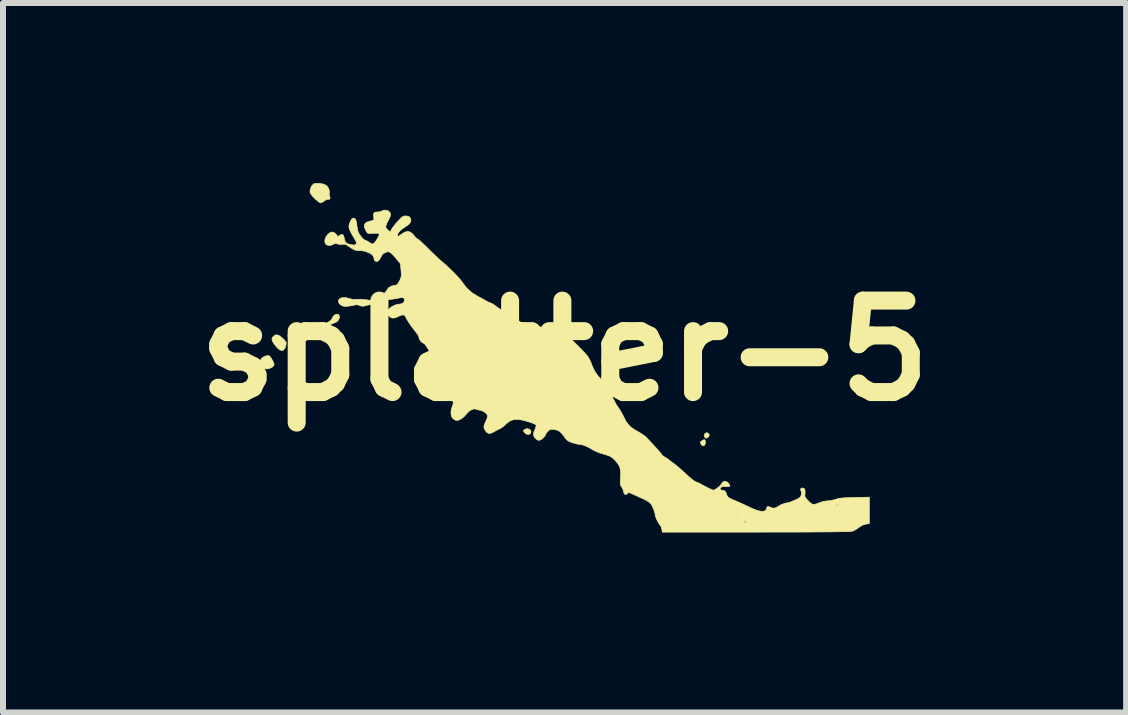
<source format=kicad_pcb>
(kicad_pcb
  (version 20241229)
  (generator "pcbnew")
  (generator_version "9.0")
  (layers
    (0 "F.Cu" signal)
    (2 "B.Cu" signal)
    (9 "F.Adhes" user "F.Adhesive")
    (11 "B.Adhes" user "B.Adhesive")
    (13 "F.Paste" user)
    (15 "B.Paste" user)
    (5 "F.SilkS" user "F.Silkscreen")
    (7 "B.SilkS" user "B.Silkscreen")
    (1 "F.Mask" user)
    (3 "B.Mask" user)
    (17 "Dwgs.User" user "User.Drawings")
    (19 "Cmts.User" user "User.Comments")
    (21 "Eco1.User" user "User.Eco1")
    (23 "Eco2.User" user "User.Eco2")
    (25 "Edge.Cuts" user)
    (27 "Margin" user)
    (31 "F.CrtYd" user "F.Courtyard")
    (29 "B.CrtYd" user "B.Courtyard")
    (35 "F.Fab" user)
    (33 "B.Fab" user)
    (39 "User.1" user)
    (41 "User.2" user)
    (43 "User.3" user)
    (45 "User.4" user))
  (footprint "splatter-5"
    (layer "F.Cu")
    (at 6.357 2.794)
    (property "Reference" "splatter-5" (at 0 0 0) (layer "F.SilkS") (effects (font (size 1.524 1.524) (thickness 0.3))))
    (attr through_hole)
    (fp_poly (pts (xy 2.388 1.372) (xy 2.41 1.394) (xy 2.408 1.421) (xy 2.393 1.441) (xy 2.37 1.458) (xy 2.351 1.455) (xy 2.339 1.445) (xy 2.325 1.418) (xy 2.336 1.388) (xy 2.344 1.379) (xy 2.367 1.366) (xy 2.388 1.372)) (stroke (width 0.01) (type solid)) (fill yes) (layer "F.SilkS"))
    (fp_poly (pts (xy 2.337 1.484) (xy 2.346 1.506) (xy 2.347 1.515) (xy 2.345 1.554) (xy 2.33 1.578) (xy 2.308 1.585) (xy 2.284 1.572) (xy 2.273 1.555) (xy 2.263 1.531) (xy 2.27 1.515) (xy 2.287 1.501) (xy 2.318 1.483) (xy 2.337 1.484)) (stroke (width 0.01) (type solid)) (fill yes) (layer "F.SilkS"))
    (fp_poly (pts (xy -0.583 1.309) (xy -0.562 1.333) (xy -0.559 1.351) (xy -0.568 1.381) (xy -0.593 1.395) (xy -0.625 1.394) (xy -0.658 1.374) (xy -0.66 1.372) (xy -0.682 1.344) (xy -0.681 1.324) (xy -0.656 1.307) (xy -0.654 1.306) (xy -0.616 1.299) (xy -0.583 1.309)) (stroke (width 0.01) (type solid)) (fill yes) (layer "F.SilkS"))
    (fp_poly (pts (xy -4.742 -0.244) (xy -4.697 -0.207) (xy -4.663 -0.173) (xy -4.645 -0.15) (xy -4.638 -0.129) (xy -4.64 -0.105) (xy -4.64 -0.104) (xy -4.656 -0.046) (xy -4.681 -0.012) (xy -4.713 -0.002) (xy -4.751 -0.017) (xy -4.794 -0.056) (xy -4.798 -0.06) (xy -4.841 -0.116) (xy -4.867 -0.158) (xy -4.876 -0.191) (xy -4.87 -0.218) (xy -4.851 -0.241) (xy -4.819 -0.263) (xy -4.784 -0.264) (xy -4.742 -0.244)) (stroke (width 0.01) (type solid)) (fill yes) (layer "F.SilkS"))
    (fp_poly (pts (xy -4.926 0.083) (xy -4.907 0.098) (xy -4.885 0.129) (xy -4.863 0.167) (xy -4.846 0.205) (xy -4.839 0.234) (xy -4.839 0.235) (xy -4.85 0.256) (xy -4.878 0.278) (xy -4.916 0.295) (xy -4.954 0.304) (xy -4.963 0.305) (xy -5.007 0.294) (xy -5.036 0.271) (xy -5.059 0.232) (xy -5.068 0.188) (xy -5.061 0.147) (xy -5.045 0.124) (xy -5.008 0.099) (xy -4.967 0.084) (xy -4.931 0.082) (xy -4.926 0.083)) (stroke (width 0.01) (type solid)) (fill yes) (layer "F.SilkS"))
    (fp_poly (pts (xy -4.099 -2.789) (xy -4.048 -2.783) (xy -4 -2.771) (xy -3.994 -2.768) (xy -3.957 -2.743) (xy -3.93 -2.702) (xy -3.918 -2.655) (xy -3.919 -2.633) (xy -3.92 -2.596) (xy -3.911 -2.565) (xy -3.906 -2.538) (xy -3.919 -2.522) (xy -3.945 -2.523) (xy -3.965 -2.52) (xy -3.993 -2.503) (xy -4.001 -2.497) (xy -4.032 -2.476) (xy -4.06 -2.464) (xy -4.065 -2.464) (xy -4.085 -2.472) (xy -4.116 -2.495) (xy -4.153 -2.528) (xy -4.166 -2.54) (xy -4.206 -2.582) (xy -4.229 -2.614) (xy -4.24 -2.639) (xy -4.242 -2.655) (xy -4.233 -2.704) (xy -4.211 -2.749) (xy -4.18 -2.78) (xy -4.176 -2.782) (xy -4.145 -2.789) (xy -4.099 -2.789)) (stroke (width 0.01) (type solid)) (fill yes) (layer "F.SilkS"))
    (fp_poly (pts (xy -3.769 -0.604) (xy -3.752 -0.58) (xy -3.752 -0.578) (xy -3.753 -0.541) (xy -3.771 -0.505) (xy -3.798 -0.479) (xy -3.808 -0.475) (xy -3.832 -0.466) (xy -3.868 -0.45) (xy -3.88 -0.445) (xy -3.923 -0.427) (xy -3.975 -0.408) (xy -3.998 -0.4) (xy -4.06 -0.372) (xy -4.118 -0.325) (xy -4.128 -0.316) (xy -4.16 -0.285) (xy -4.186 -0.263) (xy -4.2 -0.254) (xy -4.2 -0.254) (xy -4.218 -0.261) (xy -4.238 -0.273) (xy -4.262 -0.301) (xy -4.275 -0.339) (xy -4.276 -0.377) (xy -4.263 -0.403) (xy -4.248 -0.414) (xy -4.227 -0.416) (xy -4.193 -0.409) (xy -4.186 -0.407) (xy -4.154 -0.399) (xy -4.125 -0.398) (xy -4.094 -0.404) (xy -4.054 -0.419) (xy -4.001 -0.444) (xy -3.966 -0.461) (xy -3.916 -0.49) (xy -3.887 -0.515) (xy -3.874 -0.538) (xy -3.853 -0.575) (xy -3.825 -0.6) (xy -3.795 -0.61) (xy -3.769 -0.604)) (stroke (width 0.01) (type solid)) (fill yes) (layer "F.SilkS"))
    (fp_poly (pts (xy -2.934 -2.327) (xy -2.93 -2.324) (xy -2.907 -2.301) (xy -2.898 -2.276) (xy -2.903 -2.243) (xy -2.923 -2.197) (xy -2.941 -2.163) (xy -2.964 -2.117) (xy -2.977 -2.08) (xy -2.979 -2.059) (xy -2.966 -2.037) (xy -2.946 -2.013) (xy -2.923 -1.994) (xy -2.906 -1.985) (xy -2.9 -1.988) (xy -2.879 -2.029) (xy -2.842 -2.081) (xy -2.794 -2.139) (xy -2.763 -2.172) (xy -2.726 -2.21) (xy -2.699 -2.232) (xy -2.678 -2.243) (xy -2.655 -2.246) (xy -2.637 -2.245) (xy -2.599 -2.239) (xy -2.578 -2.224) (xy -2.569 -2.208) (xy -2.559 -2.17) (xy -2.57 -2.135) (xy -2.602 -2.1) (xy -2.653 -2.065) (xy -2.718 -2.02) (xy -2.76 -1.978) (xy -2.78 -1.94) (xy -2.781 -1.929) (xy -2.779 -1.911) (xy -2.77 -1.907) (xy -2.749 -1.919) (xy -2.725 -1.937) (xy -2.667 -1.974) (xy -2.616 -1.988) (xy -2.572 -1.978) (xy -2.53 -1.946) (xy -2.508 -1.919) (xy -2.481 -1.887) (xy -2.455 -1.865) (xy -2.445 -1.859) (xy -2.427 -1.847) (xy -2.396 -1.821) (xy -2.355 -1.782) (xy -2.307 -1.736) (xy -2.28 -1.709) (xy -2.223 -1.652) (xy -2.163 -1.595) (xy -2.108 -1.542) (xy -2.062 -1.501) (xy -2.051 -1.492) (xy -1.972 -1.423) (xy -1.896 -1.352) (xy -1.826 -1.283) (xy -1.766 -1.218) (xy -1.719 -1.163) (xy -1.695 -1.129) (xy -1.623 -1.036) (xy -1.53 -0.957) (xy -1.442 -0.905) (xy -1.394 -0.88) (xy -1.35 -0.856) (xy -1.319 -0.837) (xy -1.317 -0.835) (xy -1.278 -0.814) (xy -1.24 -0.799) (xy -1.205 -0.784) (xy -1.165 -0.758) (xy -1.149 -0.745) (xy -1.112 -0.718) (xy -1.063 -0.686) (xy -1.012 -0.656) (xy -1.01 -0.655) (xy -0.955 -0.623) (xy -0.893 -0.583) (xy -0.836 -0.543) (xy -0.83 -0.539) (xy -0.773 -0.498) (xy -0.73 -0.476) (xy -0.702 -0.47) (xy -0.67 -0.466) (xy -0.625 -0.455) (xy -0.589 -0.444) (xy -0.536 -0.428) (xy -0.473 -0.411) (xy -0.421 -0.4) (xy -0.343 -0.383) (xy -0.26 -0.362) (xy -0.179 -0.339) (xy -0.104 -0.316) (xy -0.041 -0.294) (xy 0.003 -0.275) (xy 0.01 -0.271) (xy 0.041 -0.249) (xy 0.085 -0.212) (xy 0.137 -0.165) (xy 0.194 -0.111) (xy 0.251 -0.054) (xy 0.304 0.001) (xy 0.35 0.051) (xy 0.384 0.091) (xy 0.396 0.109) (xy 0.417 0.146) (xy 0.44 0.197) (xy 0.461 0.251) (xy 0.461 0.251) (xy 0.505 0.345) (xy 0.551 0.41) (xy 0.591 0.457) (xy 0.635 0.508) (xy 0.662 0.54) (xy 0.688 0.576) (xy 0.721 0.629) (xy 0.756 0.691) (xy 0.789 0.755) (xy 0.789 0.757) (xy 0.82 0.817) (xy 0.849 0.873) (xy 0.875 0.917) (xy 0.894 0.945) (xy 0.896 0.947) (xy 0.916 0.975) (xy 0.942 1.018) (xy 0.97 1.071) (xy 0.985 1.1) (xy 1.023 1.173) (xy 1.063 1.229) (xy 1.109 1.275) (xy 1.169 1.317) (xy 1.232 1.353) (xy 1.282 1.382) (xy 1.329 1.415) (xy 1.363 1.444) (xy 1.367 1.448) (xy 1.392 1.475) (xy 1.429 1.515) (xy 1.473 1.562) (xy 1.517 1.61) (xy 1.558 1.655) (xy 1.592 1.694) (xy 1.616 1.723) (xy 1.625 1.737) (xy 1.626 1.738) (xy 1.636 1.749) (xy 1.661 1.767) (xy 1.676 1.776) (xy 1.711 1.797) (xy 1.737 1.815) (xy 1.743 1.82) (xy 1.761 1.835) (xy 1.793 1.86) (xy 1.829 1.886) (xy 1.866 1.915) (xy 1.915 1.956) (xy 1.968 2.004) (xy 2.019 2.051) (xy 2.069 2.096) (xy 2.116 2.136) (xy 2.156 2.166) (xy 2.183 2.182) (xy 2.184 2.183) (xy 2.222 2.198) (xy 2.252 2.212) (xy 2.254 2.213) (xy 2.343 2.261) (xy 2.41 2.295) (xy 2.456 2.316) (xy 2.479 2.324) (xy 2.48 2.324) (xy 2.506 2.315) (xy 2.54 2.293) (xy 2.576 2.264) (xy 2.605 2.233) (xy 2.618 2.214) (xy 2.644 2.182) (xy 2.677 2.174) (xy 2.712 2.189) (xy 2.726 2.202) (xy 2.752 2.235) (xy 2.756 2.256) (xy 2.737 2.266) (xy 2.695 2.265) (xy 2.693 2.265) (xy 2.64 2.263) (xy 2.61 2.273) (xy 2.592 2.297) (xy 2.597 2.316) (xy 2.624 2.324) (xy 2.627 2.324) (xy 2.663 2.331) (xy 2.686 2.355) (xy 2.699 2.39) (xy 2.712 2.422) (xy 2.736 2.448) (xy 2.777 2.471) (xy 2.819 2.489) (xy 2.861 2.506) (xy 2.907 2.526) (xy 2.962 2.551) (xy 3.031 2.583) (xy 3.118 2.624) (xy 3.125 2.627) (xy 3.2 2.658) (xy 3.263 2.674) (xy 3.314 2.676) (xy 3.348 2.664) (xy 3.364 2.638) (xy 3.365 2.627) (xy 3.374 2.602) (xy 3.397 2.596) (xy 3.431 2.608) (xy 3.434 2.61) (xy 3.476 2.625) (xy 3.523 2.616) (xy 3.578 2.583) (xy 3.592 2.575) (xy 4.524 2.575) (xy 4.528 2.578) (xy 4.548 2.571) (xy 4.559 2.565) (xy 4.569 2.555) (xy 4.566 2.553) (xy 4.545 2.559) (xy 4.534 2.565) (xy 4.524 2.575) (xy 3.592 2.575) (xy 3.615 2.563) (xy 3.664 2.545) (xy 3.692 2.538) (xy 3.734 2.53) (xy 3.766 2.521) (xy 3.778 2.516) (xy 3.797 2.506) (xy 3.83 2.492) (xy 3.851 2.484) (xy 3.891 2.466) (xy 3.922 2.444) (xy 3.931 2.435) (xy 3.944 2.404) (xy 3.949 2.369) (xy 3.945 2.341) (xy 3.938 2.331) (xy 3.93 2.315) (xy 3.939 2.297) (xy 3.958 2.286) (xy 3.962 2.286) (xy 3.993 2.296) (xy 4.008 2.326) (xy 4.008 2.376) (xy 4.008 2.38) (xy 4.004 2.411) (xy 4.007 2.433) (xy 4.019 2.455) (xy 4.045 2.484) (xy 4.062 2.502) (xy 4.097 2.536) (xy 4.126 2.555) (xy 4.156 2.561) (xy 4.194 2.553) (xy 4.246 2.534) (xy 4.265 2.526) (xy 4.312 2.511) (xy 4.367 2.503) (xy 4.386 2.502) (xy 4.437 2.497) (xy 4.494 2.484) (xy 4.519 2.476) (xy 4.547 2.467) (xy 4.578 2.46) (xy 4.616 2.455) (xy 4.667 2.451) (xy 4.733 2.448) (xy 4.82 2.445) (xy 4.833 2.445) (xy 5.08 2.44) (xy 5.08 2.881) (xy 5.02 2.89) (xy 4.963 2.907) (xy 4.908 2.942) (xy 4.902 2.947) (xy 4.861 2.976) (xy 4.817 3) (xy 4.794 3.008) (xy 4.777 3.011) (xy 4.741 3.013) (xy 4.686 3.015) (xy 4.613 3.016) (xy 4.519 3.018) (xy 4.404 3.019) (xy 4.268 3.02) (xy 4.11 3.021) (xy 3.93 3.022) (xy 3.726 3.022) (xy 3.498 3.022) (xy 3.246 3.023) (xy 3.186 3.023) (xy 1.629 3.023) (xy 1.621 2.973) (xy 1.611 2.937) (xy 1.595 2.91) (xy 1.592 2.907) (xy 1.576 2.886) (xy 1.556 2.851) (xy 1.55 2.84) (xy 2.99 2.84) (xy 2.997 2.851) (xy 3.016 2.867) (xy 3.026 2.87) (xy 3.029 2.864) (xy 3.289 2.864) (xy 3.296 2.87) (xy 3.302 2.864) (xy 3.296 2.857) (xy 3.289 2.864) (xy 3.029 2.864) (xy 3.03 2.863) (xy 3.023 2.851) (xy 3.003 2.835) (xy 2.994 2.832) (xy 2.99 2.84) (xy 1.55 2.84) (xy 1.535 2.81) (xy 1.52 2.774) (xy 2.874 2.774) (xy 2.883 2.781) (xy 2.903 2.793) (xy 2.906 2.788) (xy 2.902 2.781) (xy 2.883 2.769) (xy 2.879 2.769) (xy 2.874 2.774) (xy 1.52 2.774) (xy 1.519 2.771) (xy 1.513 2.75) (xy 4.356 2.75) (xy 4.362 2.756) (xy 4.369 2.75) (xy 4.362 2.743) (xy 4.356 2.75) (xy 1.513 2.75) (xy 1.511 2.744) (xy 1.511 2.742) (xy 1.505 2.705) (xy 1.495 2.673) (xy 3.061 2.673) (xy 3.067 2.68) (xy 3.073 2.673) (xy 3.067 2.667) (xy 3.061 2.673) (xy 1.495 2.673) (xy 1.49 2.657) (xy 1.47 2.607) (xy 1.448 2.566) (xy 1.438 2.55) (xy 1.408 2.524) (xy 1.365 2.496) (xy 1.321 2.473) (xy 1.263 2.447) (xy 1.2 2.418) (xy 1.158 2.399) (xy 1.11 2.378) (xy 1.08 2.366) (xy 1.062 2.365) (xy 1.051 2.372) (xy 1.043 2.384) (xy 1.025 2.398) (xy 1.005 2.392) (xy 0.989 2.371) (xy 0.983 2.346) (xy 0.975 2.315) (xy 0.956 2.279) (xy 0.953 2.273) (xy 0.939 2.252) (xy 0.931 2.231) (xy 0.928 2.203) (xy 0.929 2.162) (xy 0.932 2.116) (xy 0.935 2.039) (xy 0.93 1.979) (xy 0.916 1.93) (xy 0.891 1.886) (xy 0.855 1.842) (xy 0.821 1.806) (xy 0.792 1.78) (xy 0.761 1.76) (xy 0.722 1.745) (xy 0.668 1.728) (xy 0.637 1.719) (xy 0.579 1.701) (xy 0.523 1.678) (xy 0.478 1.656) (xy 0.472 1.652) (xy 0.393 1.607) (xy 0.323 1.576) (xy 0.265 1.562) (xy 0.254 1.562) (xy 0.218 1.557) (xy 0.171 1.545) (xy 0.127 1.532) (xy 0.08 1.514) (xy 0.048 1.495) (xy 0.021 1.468) (xy -0.006 1.432) (xy -0.046 1.38) (xy -0.08 1.346) (xy -0.116 1.326) (xy -0.159 1.315) (xy -0.177 1.312) (xy -0.217 1.309) (xy -0.242 1.314) (xy -0.264 1.33) (xy -0.279 1.346) (xy -0.303 1.374) (xy -0.316 1.397) (xy -0.318 1.402) (xy -0.327 1.423) (xy -0.351 1.449) (xy -0.382 1.474) (xy -0.412 1.49) (xy -0.416 1.492) (xy -0.441 1.492) (xy -0.468 1.476) (xy -0.483 1.462) (xy -0.509 1.43) (xy -0.519 1.397) (xy -0.512 1.357) (xy -0.494 1.313) (xy -0.48 1.276) (xy -0.474 1.247) (xy -0.474 1.238) (xy -0.489 1.227) (xy -0.523 1.211) (xy -0.571 1.194) (xy -0.625 1.177) (xy -0.681 1.162) (xy -0.733 1.151) (xy -0.77 1.146) (xy -0.844 1.147) (xy -0.906 1.168) (xy -0.963 1.21) (xy -0.979 1.226) (xy -1.016 1.259) (xy -1.052 1.286) (xy -1.072 1.297) (xy -1.106 1.312) (xy -1.148 1.335) (xy -1.172 1.349) (xy -1.223 1.375) (xy -1.264 1.378) (xy -1.298 1.36) (xy -1.321 1.33) (xy -1.339 1.295) (xy -1.344 1.263) (xy -1.336 1.228) (xy -1.314 1.181) (xy -1.291 1.128) (xy -1.284 1.089) (xy -1.294 1.059) (xy -1.321 1.032) (xy -1.333 1.024) (xy -1.369 1.004) (xy -1.401 0.992) (xy -1.41 0.991) (xy -1.444 0.985) (xy -1.461 0.977) (xy -1.503 0.969) (xy -1.549 0.982) (xy -1.597 1.013) (xy -1.635 1.055) (xy -1.675 1.099) (xy -1.72 1.134) (xy -1.764 1.156) (xy -1.801 1.163) (xy -1.811 1.16) (xy -1.838 1.146) (xy -1.864 1.126) (xy -1.884 1.092) (xy -1.893 1.044) (xy -1.889 0.987) (xy -1.873 0.935) (xy -1.861 0.899) (xy -1.854 0.869) (xy -1.854 0.865) (xy -1.865 0.832) (xy -1.895 0.788) (xy -1.942 0.735) (xy -2.004 0.677) (xy -2.079 0.616) (xy -2.138 0.572) (xy -2.187 0.521) (xy -2.222 0.456) (xy -2.24 0.384) (xy -2.238 0.311) (xy -2.236 0.302) (xy -2.229 0.261) (xy -2.225 0.207) (xy -2.223 0.152) (xy -2.225 0.096) (xy -2.231 0.055) (xy -2.245 0.02) (xy -2.254 0.003) (xy -2.28 -0.039) (xy -2.32 -0.098) (xy -2.372 -0.17) (xy -2.433 -0.251) (xy -2.5 -0.34) (xy -2.53 -0.379) (xy -2.568 -0.43) (xy -2.602 -0.48) (xy -2.627 -0.522) (xy -2.635 -0.54) (xy -1.791 -0.54) (xy -1.784 -0.533) (xy -1.778 -0.54) (xy -1.784 -0.546) (xy -1.791 -0.54) (xy -2.635 -0.54) (xy -2.637 -0.543) (xy -2.658 -0.581) (xy -2.685 -0.597) (xy -2.722 -0.592) (xy -2.759 -0.576) (xy -2.812 -0.552) (xy -2.852 -0.543) (xy -2.886 -0.549) (xy -2.905 -0.559) (xy -2.94 -0.592) (xy -2.954 -0.632) (xy -2.944 -0.674) (xy -2.937 -0.685) (xy -2.905 -0.716) (xy -2.859 -0.745) (xy -2.81 -0.766) (xy -2.767 -0.775) (xy -2.767 -0.775) (xy -2.715 -0.782) (xy -2.681 -0.803) (xy -2.667 -0.836) (xy -2.667 -0.841) (xy -2.674 -0.872) (xy -2.697 -0.886) (xy -2.737 -0.883) (xy -2.754 -0.879) (xy -2.793 -0.87) (xy -2.844 -0.862) (xy -2.877 -0.858) (xy -2.93 -0.85) (xy -2.984 -0.836) (xy -3.01 -0.827) (xy -3.092 -0.796) (xy -3.156 -0.779) (xy -3.193 -0.775) (xy -3.225 -0.771) (xy -3.269 -0.762) (xy -3.298 -0.755) (xy -3.34 -0.744) (xy -3.369 -0.741) (xy -3.396 -0.747) (xy -3.418 -0.755) (xy -3.464 -0.767) (xy -3.49 -0.763) (xy -3.513 -0.756) (xy -3.553 -0.749) (xy -3.596 -0.743) (xy -3.646 -0.739) (xy -3.681 -0.741) (xy -3.708 -0.751) (xy -3.721 -0.757) (xy -3.756 -0.787) (xy -3.769 -0.82) (xy -3.76 -0.852) (xy -3.747 -0.866) (xy -3.704 -0.885) (xy -3.647 -0.886) (xy -3.583 -0.869) (xy -3.581 -0.868) (xy -3.525 -0.854) (xy -3.463 -0.856) (xy -3.415 -0.858) (xy -3.356 -0.855) (xy -3.308 -0.849) (xy -3.259 -0.842) (xy -3.225 -0.841) (xy -3.197 -0.847) (xy -3.164 -0.86) (xy -3.16 -0.862) (xy -3.1 -0.892) (xy -3.046 -0.926) (xy -3.002 -0.959) (xy -2.974 -0.988) (xy -2.97 -0.995) (xy -2.935 -1.046) (xy -2.889 -1.076) (xy -2.845 -1.087) (xy -2.811 -1.093) (xy -2.789 -1.103) (xy -2.771 -1.125) (xy -2.751 -1.163) (xy -2.75 -1.164) (xy -2.733 -1.199) (xy -2.724 -1.229) (xy -2.72 -1.26) (xy -2.722 -1.302) (xy -2.725 -1.34) (xy -2.734 -1.448) (xy -2.81 -1.54) (xy -2.859 -1.596) (xy -2.898 -1.631) (xy -2.93 -1.648) (xy -2.958 -1.648) (xy -2.972 -1.641) (xy -2.999 -1.628) (xy -3.013 -1.625) (xy -3.027 -1.614) (xy -3.046 -1.586) (xy -3.061 -1.558) (xy -3.086 -1.515) (xy -3.109 -1.493) (xy -3.123 -1.488) (xy -3.155 -1.493) (xy -3.172 -1.519) (xy -3.175 -1.544) (xy -3.184 -1.571) (xy -3.204 -1.598) (xy -3.242 -1.623) (xy -3.294 -1.646) (xy -3.35 -1.662) (xy -3.401 -1.669) (xy -3.42 -1.668) (xy -3.458 -1.668) (xy -3.5 -1.681) (xy -3.552 -1.709) (xy -3.602 -1.743) (xy -3.638 -1.766) (xy -3.667 -1.775) (xy -3.701 -1.773) (xy -3.706 -1.772) (xy -3.757 -1.771) (xy -3.783 -1.78) (xy -3.806 -1.789) (xy -3.829 -1.784) (xy -3.847 -1.775) (xy -3.894 -1.756) (xy -3.94 -1.755) (xy -3.976 -1.772) (xy -3.98 -1.777) (xy -3.995 -1.811) (xy -3.992 -1.855) (xy -3.973 -1.901) (xy -3.943 -1.94) (xy -3.901 -1.972) (xy -3.864 -1.979) (xy -3.829 -1.962) (xy -3.809 -1.942) (xy -3.776 -1.902) (xy -3.741 -1.925) (xy -3.716 -1.94) (xy -3.702 -1.94) (xy -3.689 -1.926) (xy -3.677 -1.9) (xy -3.667 -1.862) (xy -3.665 -1.854) (xy -3.656 -1.82) (xy -3.639 -1.797) (xy -3.607 -1.78) (xy -3.555 -1.767) (xy -3.555 -1.766) (xy -3.506 -1.761) (xy -3.477 -1.772) (xy -3.467 -1.798) (xy -3.473 -1.815) (xy -3.49 -1.849) (xy -3.515 -1.892) (xy -3.531 -1.919) (xy -3.566 -1.982) (xy -3.587 -2.032) (xy -3.594 -2.063) (xy -3.588 -2.104) (xy -3.573 -2.147) (xy -3.553 -2.183) (xy -3.532 -2.206) (xy -3.52 -2.21) (xy -3.497 -2.205) (xy -3.481 -2.187) (xy -3.469 -2.151) (xy -3.461 -2.096) (xy -3.454 -2.045) (xy -3.443 -1.996) (xy -3.434 -1.969) (xy -3.415 -1.935) (xy -3.388 -1.899) (xy -3.359 -1.867) (xy -3.334 -1.846) (xy -3.322 -1.841) (xy -3.303 -1.835) (xy -3.274 -1.818) (xy -3.261 -1.81) (xy -3.228 -1.79) (xy -3.201 -1.779) (xy -3.195 -1.778) (xy -3.177 -1.788) (xy -3.154 -1.815) (xy -3.129 -1.85) (xy -3.107 -1.888) (xy -3.092 -1.921) (xy -3.089 -1.941) (xy -3.096 -1.953) (xy -3.115 -1.958) (xy -3.152 -1.957) (xy -3.156 -1.957) (xy -3.213 -1.953) (xy -3.251 -1.952) (xy -3.275 -1.956) (xy -3.29 -1.968) (xy -3.304 -1.989) (xy -3.314 -2.007) (xy -3.335 -2.059) (xy -3.336 -2.098) (xy -3.316 -2.128) (xy -3.274 -2.15) (xy -3.215 -2.166) (xy -3.187 -2.173) (xy -3.177 -2.185) (xy -3.178 -2.211) (xy -3.18 -2.223) (xy -3.184 -2.269) (xy -3.176 -2.296) (xy -3.152 -2.309) (xy -3.119 -2.311) (xy -3.083 -2.314) (xy -3.058 -2.32) (xy -3.054 -2.323) (xy -3.018 -2.341) (xy -2.974 -2.342) (xy -2.934 -2.327)) (stroke (width 0.01) (type solid)) (fill yes) (layer "F.SilkS")))
  (gr_rect
    (start -3 -3)
    (end 15.715 8.822)
    (stroke (width 0.1) (type default))
    (fill no)
    (layer "Edge.Cuts")))
</source>
